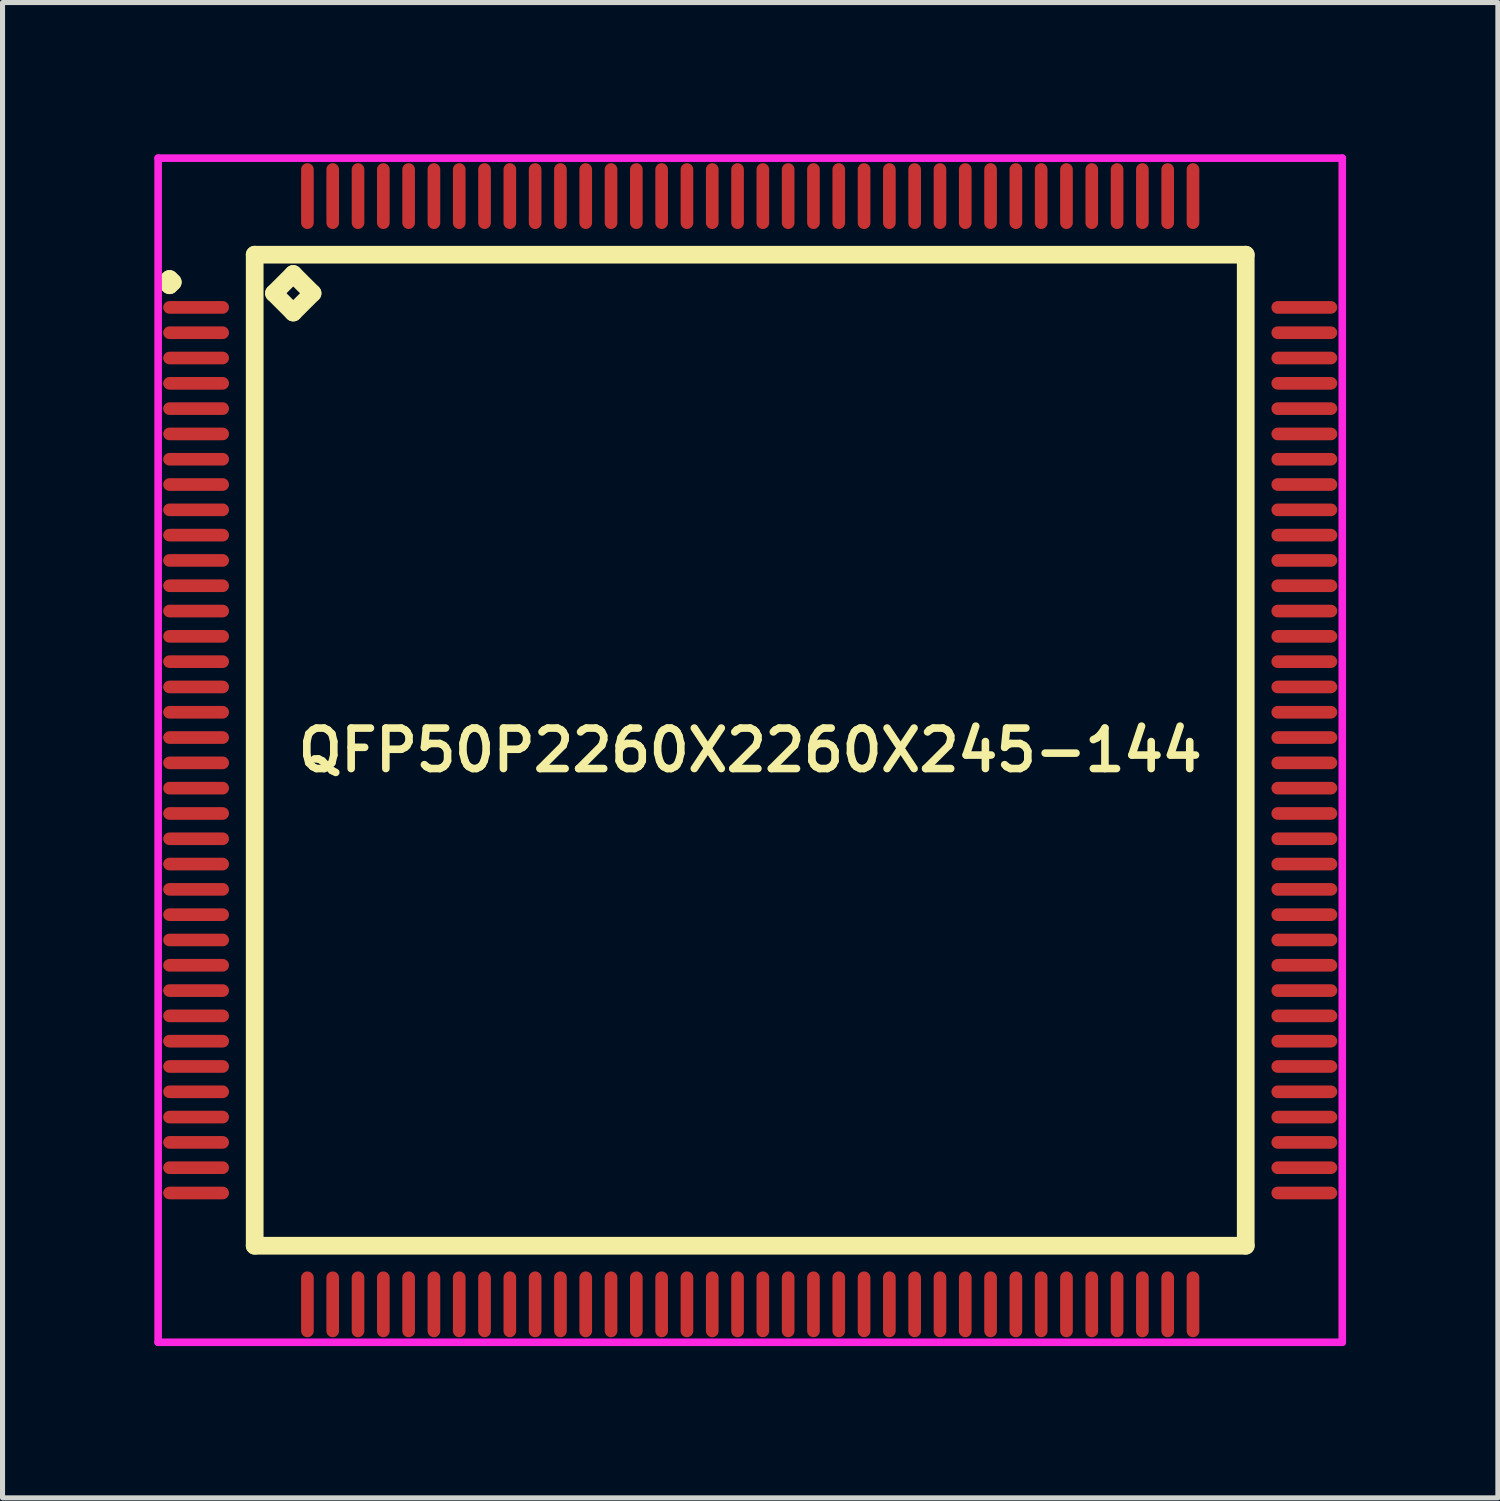
<source format=kicad_pcb>
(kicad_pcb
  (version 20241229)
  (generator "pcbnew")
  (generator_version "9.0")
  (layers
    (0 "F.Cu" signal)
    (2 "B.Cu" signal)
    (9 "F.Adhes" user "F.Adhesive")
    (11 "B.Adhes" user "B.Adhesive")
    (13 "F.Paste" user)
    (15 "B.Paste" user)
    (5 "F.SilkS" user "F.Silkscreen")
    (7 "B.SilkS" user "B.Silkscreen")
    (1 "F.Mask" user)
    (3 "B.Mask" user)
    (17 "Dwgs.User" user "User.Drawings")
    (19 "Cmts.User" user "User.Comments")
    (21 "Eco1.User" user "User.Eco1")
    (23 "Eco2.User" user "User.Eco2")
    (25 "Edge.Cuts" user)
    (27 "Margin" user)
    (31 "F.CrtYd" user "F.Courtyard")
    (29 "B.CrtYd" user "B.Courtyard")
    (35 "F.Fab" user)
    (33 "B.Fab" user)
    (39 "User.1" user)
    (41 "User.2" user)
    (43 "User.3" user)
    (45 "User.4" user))
  (footprint "QFP50P2260X2260X245-144"
    (layer "F.Cu")
    (at 11.775 11.775)
    (property "Reference" "QFP50P2260X2260X245-144" (at 0 0 0) (layer "F.SilkS") (effects (font (size 0.8 0.8) (thickness 0.15))))
    (attr smd)
    (fp_line (start -11.537 -9.25) (end -11.475 -9.312) (stroke (width 0.35) (type solid)) (layer "F.SilkS"))
    (fp_line (start -11.475 -9.312) (end -11.412 -9.25) (stroke (width 0.35) (type solid)) (layer "F.SilkS"))
    (fp_line (start -11.475 -9.188) (end -11.537 -9.25) (stroke (width 0.35) (type solid)) (layer "F.SilkS"))
    (fp_line (start -11.412 -9.25) (end -11.475 -9.188) (stroke (width 0.35) (type solid)) (layer "F.SilkS"))
    (fp_line (start -9.792 -9.792) (end -9.792 9.792) (stroke (width 0.35) (type solid)) (layer "F.SilkS"))
    (fp_line (start -9.792 9.792) (end 9.792 9.792) (stroke (width 0.35) (type solid)) (layer "F.SilkS"))
    (fp_line (start -9.411 -9.03) (end -9.03 -9.411) (stroke (width 0.35) (type solid)) (layer "F.SilkS"))
    (fp_line (start -9.03 -9.411) (end -8.649 -9.03) (stroke (width 0.35) (type solid)) (layer "F.SilkS"))
    (fp_line (start -9.03 -8.649) (end -9.411 -9.03) (stroke (width 0.35) (type solid)) (layer "F.SilkS"))
    (fp_line (start -8.649 -9.03) (end -9.03 -8.649) (stroke (width 0.35) (type solid)) (layer "F.SilkS"))
    (fp_line (start 9.792 -9.792) (end -9.792 -9.792) (stroke (width 0.35) (type solid)) (layer "F.SilkS"))
    (fp_line (start 9.792 9.792) (end 9.792 -9.792) (stroke (width 0.35) (type solid)) (layer "F.SilkS"))
    (fp_line (start -11.7 -11.7) (end 11.7 -11.7) (stroke (width 0.15) (type solid)) (layer "F.CrtYd"))
    (fp_line (start -11.7 11.7) (end -11.7 -11.7) (stroke (width 0.15) (type solid)) (layer "F.CrtYd"))
    (fp_line (start 11.7 -11.7) (end 11.7 11.7) (stroke (width 0.15) (type solid)) (layer "F.CrtYd"))
    (fp_line (start 11.7 11.7) (end -11.7 11.7) (stroke (width 0.15) (type solid)) (layer "F.CrtYd"))
    (pad "1" smd oval (at -10.95 -8.75) (size 1.3 0.25) (layers "F.Cu" "F.Mask" "F.Paste"))
    (pad "2" smd oval (at -10.95 -8.25) (size 1.3 0.25) (layers "F.Cu" "F.Mask" "F.Paste"))
    (pad "3" smd oval (at -10.95 -7.75) (size 1.3 0.25) (layers "F.Cu" "F.Mask" "F.Paste"))
    (pad "4" smd oval (at -10.95 -7.25) (size 1.3 0.25) (layers "F.Cu" "F.Mask" "F.Paste"))
    (pad "5" smd oval (at -10.95 -6.75) (size 1.3 0.25) (layers "F.Cu" "F.Mask" "F.Paste"))
    (pad "6" smd oval (at -10.95 -6.25) (size 1.3 0.25) (layers "F.Cu" "F.Mask" "F.Paste"))
    (pad "7" smd oval (at -10.95 -5.75) (size 1.3 0.25) (layers "F.Cu" "F.Mask" "F.Paste"))
    (pad "8" smd oval (at -10.95 -5.25) (size 1.3 0.25) (layers "F.Cu" "F.Mask" "F.Paste"))
    (pad "9" smd oval (at -10.95 -4.75) (size 1.3 0.25) (layers "F.Cu" "F.Mask" "F.Paste"))
    (pad "10" smd oval (at -10.95 -4.25) (size 1.3 0.25) (layers "F.Cu" "F.Mask" "F.Paste"))
    (pad "11" smd oval (at -10.95 -3.75) (size 1.3 0.25) (layers "F.Cu" "F.Mask" "F.Paste"))
    (pad "12" smd oval (at -10.95 -3.25) (size 1.3 0.25) (layers "F.Cu" "F.Mask" "F.Paste"))
    (pad "13" smd oval (at -10.95 -2.75) (size 1.3 0.25) (layers "F.Cu" "F.Mask" "F.Paste"))
    (pad "14" smd oval (at -10.95 -2.25) (size 1.3 0.25) (layers "F.Cu" "F.Mask" "F.Paste"))
    (pad "15" smd oval (at -10.95 -1.75) (size 1.3 0.25) (layers "F.Cu" "F.Mask" "F.Paste"))
    (pad "16" smd oval (at -10.95 -1.25) (size 1.3 0.25) (layers "F.Cu" "F.Mask" "F.Paste"))
    (pad "17" smd oval (at -10.95 -0.75) (size 1.3 0.25) (layers "F.Cu" "F.Mask" "F.Paste"))
    (pad "18" smd oval (at -10.95 -0.25) (size 1.3 0.25) (layers "F.Cu" "F.Mask" "F.Paste"))
    (pad "19" smd oval (at -10.95 0.25) (size 1.3 0.25) (layers "F.Cu" "F.Mask" "F.Paste"))
    (pad "20" smd oval (at -10.95 0.75) (size 1.3 0.25) (layers "F.Cu" "F.Mask" "F.Paste"))
    (pad "21" smd oval (at -10.95 1.25) (size 1.3 0.25) (layers "F.Cu" "F.Mask" "F.Paste"))
    (pad "22" smd oval (at -10.95 1.75) (size 1.3 0.25) (layers "F.Cu" "F.Mask" "F.Paste"))
    (pad "23" smd oval (at -10.95 2.25) (size 1.3 0.25) (layers "F.Cu" "F.Mask" "F.Paste"))
    (pad "24" smd oval (at -10.95 2.75) (size 1.3 0.25) (layers "F.Cu" "F.Mask" "F.Paste"))
    (pad "25" smd oval (at -10.95 3.25) (size 1.3 0.25) (layers "F.Cu" "F.Mask" "F.Paste"))
    (pad "26" smd oval (at -10.95 3.75) (size 1.3 0.25) (layers "F.Cu" "F.Mask" "F.Paste"))
    (pad "27" smd oval (at -10.95 4.25) (size 1.3 0.25) (layers "F.Cu" "F.Mask" "F.Paste"))
    (pad "28" smd oval (at -10.95 4.75) (size 1.3 0.25) (layers "F.Cu" "F.Mask" "F.Paste"))
    (pad "29" smd oval (at -10.95 5.25) (size 1.3 0.25) (layers "F.Cu" "F.Mask" "F.Paste"))
    (pad "30" smd oval (at -10.95 5.75) (size 1.3 0.25) (layers "F.Cu" "F.Mask" "F.Paste"))
    (pad "31" smd oval (at -10.95 6.25) (size 1.3 0.25) (layers "F.Cu" "F.Mask" "F.Paste"))
    (pad "32" smd oval (at -10.95 6.75) (size 1.3 0.25) (layers "F.Cu" "F.Mask" "F.Paste"))
    (pad "33" smd oval (at -10.95 7.25) (size 1.3 0.25) (layers "F.Cu" "F.Mask" "F.Paste"))
    (pad "34" smd oval (at -10.95 7.75) (size 1.3 0.25) (layers "F.Cu" "F.Mask" "F.Paste"))
    (pad "35" smd oval (at -10.95 8.25) (size 1.3 0.25) (layers "F.Cu" "F.Mask" "F.Paste"))
    (pad "36" smd oval (at -10.95 8.75) (size 1.3 0.25) (layers "F.Cu" "F.Mask" "F.Paste"))
    (pad "37" smd oval (at -8.75 10.95) (size 0.25 1.3) (layers "F.Cu" "F.Mask" "F.Paste"))
    (pad "38" smd oval (at -8.25 10.95) (size 0.25 1.3) (layers "F.Cu" "F.Mask" "F.Paste"))
    (pad "39" smd oval (at -7.75 10.95) (size 0.25 1.3) (layers "F.Cu" "F.Mask" "F.Paste"))
    (pad "40" smd oval (at -7.25 10.95) (size 0.25 1.3) (layers "F.Cu" "F.Mask" "F.Paste"))
    (pad "41" smd oval (at -6.75 10.95) (size 0.25 1.3) (layers "F.Cu" "F.Mask" "F.Paste"))
    (pad "42" smd oval (at -6.25 10.95) (size 0.25 1.3) (layers "F.Cu" "F.Mask" "F.Paste"))
    (pad "43" smd oval (at -5.75 10.95) (size 0.25 1.3) (layers "F.Cu" "F.Mask" "F.Paste"))
    (pad "44" smd oval (at -5.25 10.95) (size 0.25 1.3) (layers "F.Cu" "F.Mask" "F.Paste"))
    (pad "45" smd oval (at -4.75 10.95) (size 0.25 1.3) (layers "F.Cu" "F.Mask" "F.Paste"))
    (pad "46" smd oval (at -4.25 10.95) (size 0.25 1.3) (layers "F.Cu" "F.Mask" "F.Paste"))
    (pad "47" smd oval (at -3.75 10.95) (size 0.25 1.3) (layers "F.Cu" "F.Mask" "F.Paste"))
    (pad "48" smd oval (at -3.25 10.95) (size 0.25 1.3) (layers "F.Cu" "F.Mask" "F.Paste"))
    (pad "49" smd oval (at -2.75 10.95) (size 0.25 1.3) (layers "F.Cu" "F.Mask" "F.Paste"))
    (pad "50" smd oval (at -2.25 10.95) (size 0.25 1.3) (layers "F.Cu" "F.Mask" "F.Paste"))
    (pad "51" smd oval (at -1.75 10.95) (size 0.25 1.3) (layers "F.Cu" "F.Mask" "F.Paste"))
    (pad "52" smd oval (at -1.25 10.95) (size 0.25 1.3) (layers "F.Cu" "F.Mask" "F.Paste"))
    (pad "53" smd oval (at -0.75 10.95) (size 0.25 1.3) (layers "F.Cu" "F.Mask" "F.Paste"))
    (pad "54" smd oval (at -0.25 10.95) (size 0.25 1.3) (layers "F.Cu" "F.Mask" "F.Paste"))
    (pad "55" smd oval (at 0.25 10.95) (size 0.25 1.3) (layers "F.Cu" "F.Mask" "F.Paste"))
    (pad "56" smd oval (at 0.75 10.95) (size 0.25 1.3) (layers "F.Cu" "F.Mask" "F.Paste"))
    (pad "57" smd oval (at 1.25 10.95) (size 0.25 1.3) (layers "F.Cu" "F.Mask" "F.Paste"))
    (pad "58" smd oval (at 1.75 10.95) (size 0.25 1.3) (layers "F.Cu" "F.Mask" "F.Paste"))
    (pad "59" smd oval (at 2.25 10.95) (size 0.25 1.3) (layers "F.Cu" "F.Mask" "F.Paste"))
    (pad "60" smd oval (at 2.75 10.95) (size 0.25 1.3) (layers "F.Cu" "F.Mask" "F.Paste"))
    (pad "61" smd oval (at 3.25 10.95) (size 0.25 1.3) (layers "F.Cu" "F.Mask" "F.Paste"))
    (pad "62" smd oval (at 3.75 10.95) (size 0.25 1.3) (layers "F.Cu" "F.Mask" "F.Paste"))
    (pad "63" smd oval (at 4.25 10.95) (size 0.25 1.3) (layers "F.Cu" "F.Mask" "F.Paste"))
    (pad "64" smd oval (at 4.75 10.95) (size 0.25 1.3) (layers "F.Cu" "F.Mask" "F.Paste"))
    (pad "65" smd oval (at 5.25 10.95) (size 0.25 1.3) (layers "F.Cu" "F.Mask" "F.Paste"))
    (pad "66" smd oval (at 5.75 10.95) (size 0.25 1.3) (layers "F.Cu" "F.Mask" "F.Paste"))
    (pad "67" smd oval (at 6.25 10.95) (size 0.25 1.3) (layers "F.Cu" "F.Mask" "F.Paste"))
    (pad "68" smd oval (at 6.75 10.95) (size 0.25 1.3) (layers "F.Cu" "F.Mask" "F.Paste"))
    (pad "69" smd oval (at 7.25 10.95) (size 0.25 1.3) (layers "F.Cu" "F.Mask" "F.Paste"))
    (pad "70" smd oval (at 7.75 10.95) (size 0.25 1.3) (layers "F.Cu" "F.Mask" "F.Paste"))
    (pad "71" smd oval (at 8.25 10.95) (size 0.25 1.3) (layers "F.Cu" "F.Mask" "F.Paste"))
    (pad "72" smd oval (at 8.75 10.95) (size 0.25 1.3) (layers "F.Cu" "F.Mask" "F.Paste"))
    (pad "73" smd oval (at 10.95 8.75) (size 1.3 0.25) (layers "F.Cu" "F.Mask" "F.Paste"))
    (pad "74" smd oval (at 10.95 8.25) (size 1.3 0.25) (layers "F.Cu" "F.Mask" "F.Paste"))
    (pad "75" smd oval (at 10.95 7.75) (size 1.3 0.25) (layers "F.Cu" "F.Mask" "F.Paste"))
    (pad "76" smd oval (at 10.95 7.25) (size 1.3 0.25) (layers "F.Cu" "F.Mask" "F.Paste"))
    (pad "77" smd oval (at 10.95 6.75) (size 1.3 0.25) (layers "F.Cu" "F.Mask" "F.Paste"))
    (pad "78" smd oval (at 10.95 6.25) (size 1.3 0.25) (layers "F.Cu" "F.Mask" "F.Paste"))
    (pad "79" smd oval (at 10.95 5.75) (size 1.3 0.25) (layers "F.Cu" "F.Mask" "F.Paste"))
    (pad "80" smd oval (at 10.95 5.25) (size 1.3 0.25) (layers "F.Cu" "F.Mask" "F.Paste"))
    (pad "81" smd oval (at 10.95 4.75) (size 1.3 0.25) (layers "F.Cu" "F.Mask" "F.Paste"))
    (pad "82" smd oval (at 10.95 4.25) (size 1.3 0.25) (layers "F.Cu" "F.Mask" "F.Paste"))
    (pad "83" smd oval (at 10.95 3.75) (size 1.3 0.25) (layers "F.Cu" "F.Mask" "F.Paste"))
    (pad "84" smd oval (at 10.95 3.25) (size 1.3 0.25) (layers "F.Cu" "F.Mask" "F.Paste"))
    (pad "85" smd oval (at 10.95 2.75) (size 1.3 0.25) (layers "F.Cu" "F.Mask" "F.Paste"))
    (pad "86" smd oval (at 10.95 2.25) (size 1.3 0.25) (layers "F.Cu" "F.Mask" "F.Paste"))
    (pad "87" smd oval (at 10.95 1.75) (size 1.3 0.25) (layers "F.Cu" "F.Mask" "F.Paste"))
    (pad "88" smd oval (at 10.95 1.25) (size 1.3 0.25) (layers "F.Cu" "F.Mask" "F.Paste"))
    (pad "89" smd oval (at 10.95 0.75) (size 1.3 0.25) (layers "F.Cu" "F.Mask" "F.Paste"))
    (pad "90" smd oval (at 10.95 0.25) (size 1.3 0.25) (layers "F.Cu" "F.Mask" "F.Paste"))
    (pad "91" smd oval (at 10.95 -0.25) (size 1.3 0.25) (layers "F.Cu" "F.Mask" "F.Paste"))
    (pad "92" smd oval (at 10.95 -0.75) (size 1.3 0.25) (layers "F.Cu" "F.Mask" "F.Paste"))
    (pad "93" smd oval (at 10.95 -1.25) (size 1.3 0.25) (layers "F.Cu" "F.Mask" "F.Paste"))
    (pad "94" smd oval (at 10.95 -1.75) (size 1.3 0.25) (layers "F.Cu" "F.Mask" "F.Paste"))
    (pad "95" smd oval (at 10.95 -2.25) (size 1.3 0.25) (layers "F.Cu" "F.Mask" "F.Paste"))
    (pad "96" smd oval (at 10.95 -2.75) (size 1.3 0.25) (layers "F.Cu" "F.Mask" "F.Paste"))
    (pad "97" smd oval (at 10.95 -3.25) (size 1.3 0.25) (layers "F.Cu" "F.Mask" "F.Paste"))
    (pad "98" smd oval (at 10.95 -3.75) (size 1.3 0.25) (layers "F.Cu" "F.Mask" "F.Paste"))
    (pad "99" smd oval (at 10.95 -4.25) (size 1.3 0.25) (layers "F.Cu" "F.Mask" "F.Paste"))
    (pad "100" smd oval (at 10.95 -4.75) (size 1.3 0.25) (layers "F.Cu" "F.Mask" "F.Paste"))
    (pad "101" smd oval (at 10.95 -5.25) (size 1.3 0.25) (layers "F.Cu" "F.Mask" "F.Paste"))
    (pad "102" smd oval (at 10.95 -5.75) (size 1.3 0.25) (layers "F.Cu" "F.Mask" "F.Paste"))
    (pad "103" smd oval (at 10.95 -6.25) (size 1.3 0.25) (layers "F.Cu" "F.Mask" "F.Paste"))
    (pad "104" smd oval (at 10.95 -6.75) (size 1.3 0.25) (layers "F.Cu" "F.Mask" "F.Paste"))
    (pad "105" smd oval (at 10.95 -7.25) (size 1.3 0.25) (layers "F.Cu" "F.Mask" "F.Paste"))
    (pad "106" smd oval (at 10.95 -7.75) (size 1.3 0.25) (layers "F.Cu" "F.Mask" "F.Paste"))
    (pad "107" smd oval (at 10.95 -8.25) (size 1.3 0.25) (layers "F.Cu" "F.Mask" "F.Paste"))
    (pad "108" smd oval (at 10.95 -8.75) (size 1.3 0.25) (layers "F.Cu" "F.Mask" "F.Paste"))
    (pad "109" smd oval (at 8.75 -10.95) (size 0.25 1.3) (layers "F.Cu" "F.Mask" "F.Paste"))
    (pad "110" smd oval (at 8.25 -10.95) (size 0.25 1.3) (layers "F.Cu" "F.Mask" "F.Paste"))
    (pad "111" smd oval (at 7.75 -10.95) (size 0.25 1.3) (layers "F.Cu" "F.Mask" "F.Paste"))
    (pad "112" smd oval (at 7.25 -10.95) (size 0.25 1.3) (layers "F.Cu" "F.Mask" "F.Paste"))
    (pad "113" smd oval (at 6.75 -10.95) (size 0.25 1.3) (layers "F.Cu" "F.Mask" "F.Paste"))
    (pad "114" smd oval (at 6.25 -10.95) (size 0.25 1.3) (layers "F.Cu" "F.Mask" "F.Paste"))
    (pad "115" smd oval (at 5.75 -10.95) (size 0.25 1.3) (layers "F.Cu" "F.Mask" "F.Paste"))
    (pad "116" smd oval (at 5.25 -10.95) (size 0.25 1.3) (layers "F.Cu" "F.Mask" "F.Paste"))
    (pad "117" smd oval (at 4.75 -10.95) (size 0.25 1.3) (layers "F.Cu" "F.Mask" "F.Paste"))
    (pad "118" smd oval (at 4.25 -10.95) (size 0.25 1.3) (layers "F.Cu" "F.Mask" "F.Paste"))
    (pad "119" smd oval (at 3.75 -10.95) (size 0.25 1.3) (layers "F.Cu" "F.Mask" "F.Paste"))
    (pad "120" smd oval (at 3.25 -10.95) (size 0.25 1.3) (layers "F.Cu" "F.Mask" "F.Paste"))
    (pad "121" smd oval (at 2.75 -10.95) (size 0.25 1.3) (layers "F.Cu" "F.Mask" "F.Paste"))
    (pad "122" smd oval (at 2.25 -10.95) (size 0.25 1.3) (layers "F.Cu" "F.Mask" "F.Paste"))
    (pad "123" smd oval (at 1.75 -10.95) (size 0.25 1.3) (layers "F.Cu" "F.Mask" "F.Paste"))
    (pad "124" smd oval (at 1.25 -10.95) (size 0.25 1.3) (layers "F.Cu" "F.Mask" "F.Paste"))
    (pad "125" smd oval (at 0.75 -10.95) (size 0.25 1.3) (layers "F.Cu" "F.Mask" "F.Paste"))
    (pad "126" smd oval (at 0.25 -10.95) (size 0.25 1.3) (layers "F.Cu" "F.Mask" "F.Paste"))
    (pad "127" smd oval (at -0.25 -10.95) (size 0.25 1.3) (layers "F.Cu" "F.Mask" "F.Paste"))
    (pad "128" smd oval (at -0.75 -10.95) (size 0.25 1.3) (layers "F.Cu" "F.Mask" "F.Paste"))
    (pad "129" smd oval (at -1.25 -10.95) (size 0.25 1.3) (layers "F.Cu" "F.Mask" "F.Paste"))
    (pad "130" smd oval (at -1.75 -10.95) (size 0.25 1.3) (layers "F.Cu" "F.Mask" "F.Paste"))
    (pad "131" smd oval (at -2.25 -10.95) (size 0.25 1.3) (layers "F.Cu" "F.Mask" "F.Paste"))
    (pad "132" smd oval (at -2.75 -10.95) (size 0.25 1.3) (layers "F.Cu" "F.Mask" "F.Paste"))
    (pad "133" smd oval (at -3.25 -10.95) (size 0.25 1.3) (layers "F.Cu" "F.Mask" "F.Paste"))
    (pad "134" smd oval (at -3.75 -10.95) (size 0.25 1.3) (layers "F.Cu" "F.Mask" "F.Paste"))
    (pad "135" smd oval (at -4.25 -10.95) (size 0.25 1.3) (layers "F.Cu" "F.Mask" "F.Paste"))
    (pad "136" smd oval (at -4.75 -10.95) (size 0.25 1.3) (layers "F.Cu" "F.Mask" "F.Paste"))
    (pad "137" smd oval (at -5.25 -10.95) (size 0.25 1.3) (layers "F.Cu" "F.Mask" "F.Paste"))
    (pad "138" smd oval (at -5.75 -10.95) (size 0.25 1.3) (layers "F.Cu" "F.Mask" "F.Paste"))
    (pad "139" smd oval (at -6.25 -10.95) (size 0.25 1.3) (layers "F.Cu" "F.Mask" "F.Paste"))
    (pad "140" smd oval (at -6.75 -10.95) (size 0.25 1.3) (layers "F.Cu" "F.Mask" "F.Paste"))
    (pad "141" smd oval (at -7.25 -10.95) (size 0.25 1.3) (layers "F.Cu" "F.Mask" "F.Paste"))
    (pad "142" smd oval (at -7.75 -10.95) (size 0.25 1.3) (layers "F.Cu" "F.Mask" "F.Paste"))
    (pad "143" smd oval (at -8.25 -10.95) (size 0.25 1.3) (layers "F.Cu" "F.Mask" "F.Paste"))
    (pad "144" smd oval (at -8.75 -10.95) (size 0.25 1.3) (layers "F.Cu" "F.Mask" "F.Paste")))
  (gr_rect
    (start -3 -3)
    (end 26.55 26.55)
    (stroke (width 0.1) (type default))
    (fill no)
    (layer "Edge.Cuts")))
</source>
